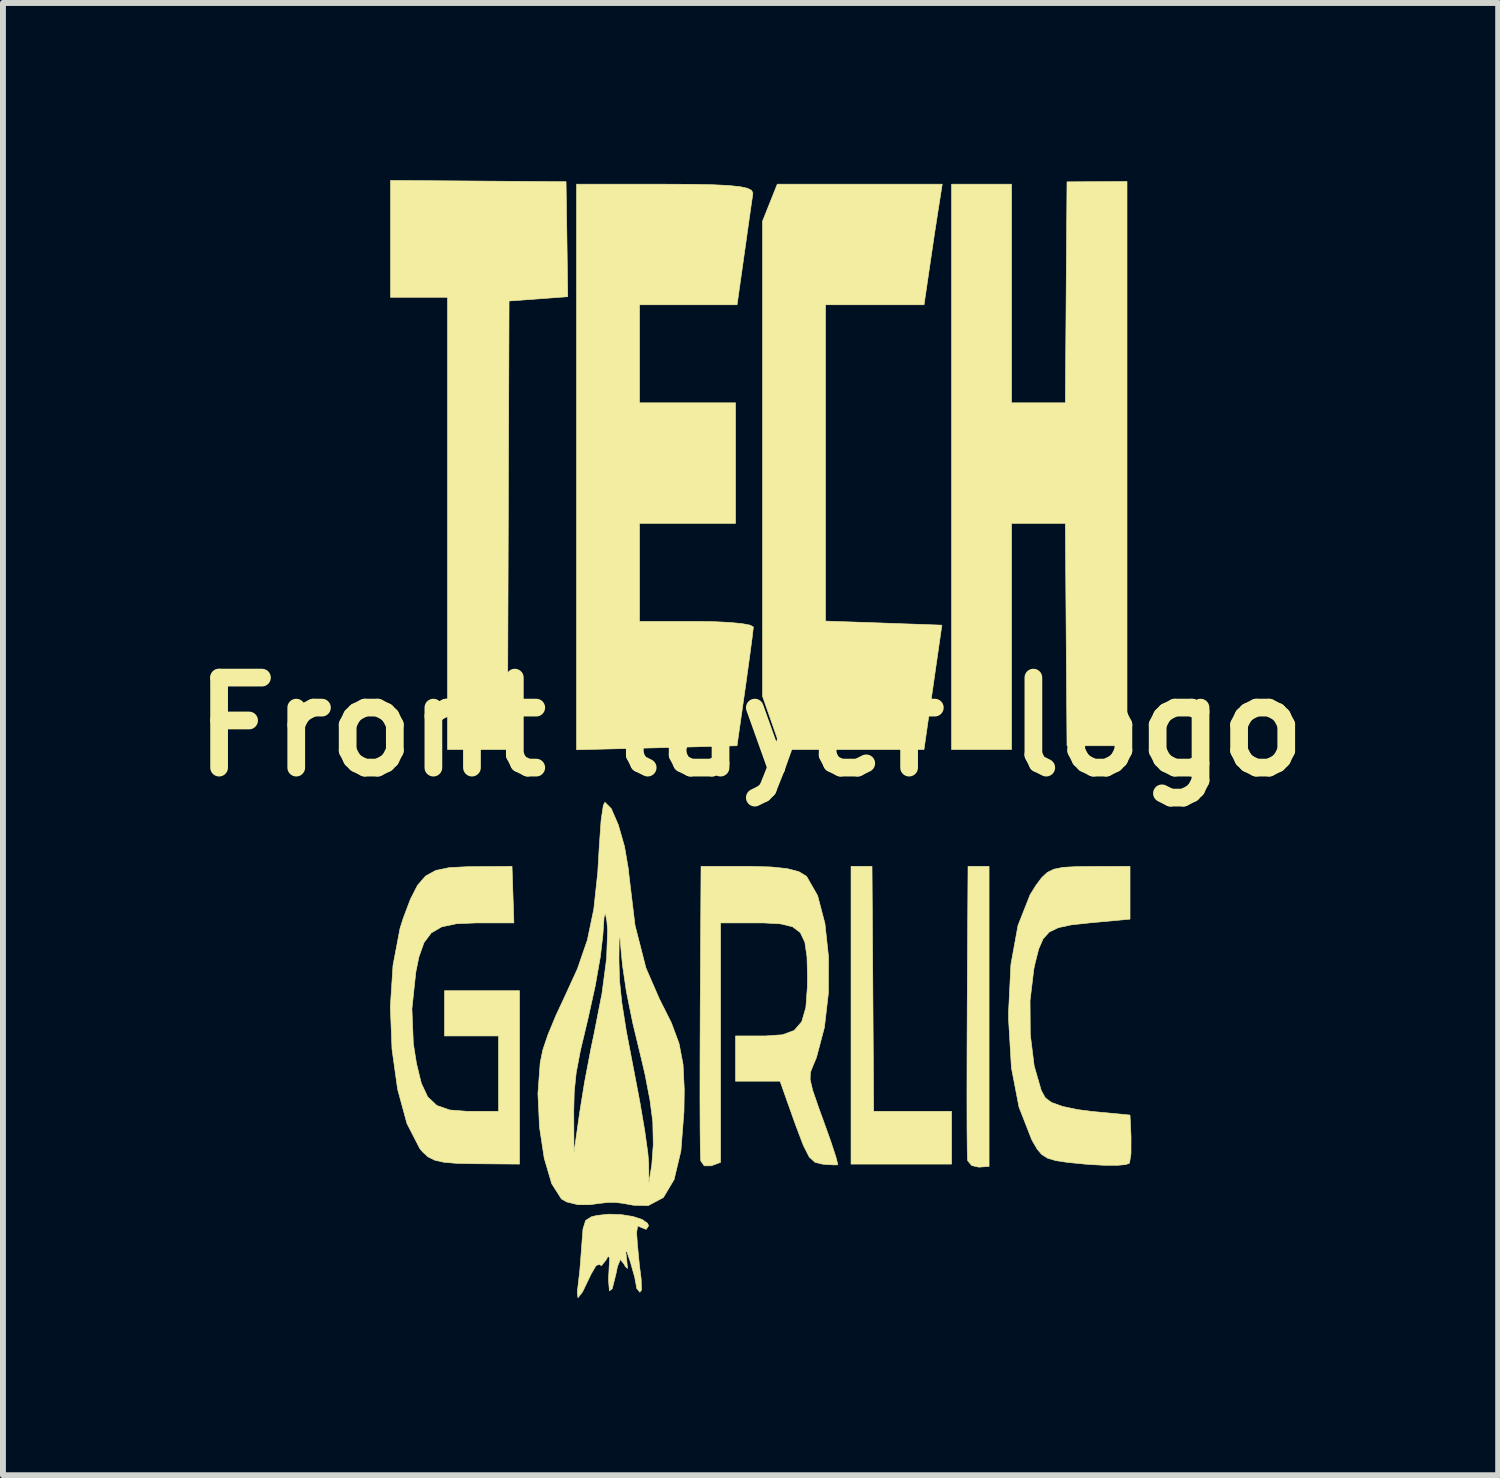
<source format=kicad_pcb>
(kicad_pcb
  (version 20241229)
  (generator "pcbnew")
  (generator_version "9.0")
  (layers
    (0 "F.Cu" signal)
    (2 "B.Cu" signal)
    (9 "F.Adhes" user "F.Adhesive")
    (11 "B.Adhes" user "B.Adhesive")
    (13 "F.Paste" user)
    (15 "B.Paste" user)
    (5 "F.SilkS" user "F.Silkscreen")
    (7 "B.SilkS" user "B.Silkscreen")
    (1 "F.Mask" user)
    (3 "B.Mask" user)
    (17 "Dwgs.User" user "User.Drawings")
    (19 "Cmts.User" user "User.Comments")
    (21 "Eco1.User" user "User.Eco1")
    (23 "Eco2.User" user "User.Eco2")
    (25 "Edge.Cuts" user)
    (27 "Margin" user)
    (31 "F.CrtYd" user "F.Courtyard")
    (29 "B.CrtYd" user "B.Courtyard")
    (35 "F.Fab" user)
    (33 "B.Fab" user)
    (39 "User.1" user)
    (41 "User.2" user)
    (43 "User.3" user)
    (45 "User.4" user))
  (footprint "Front layer logo"
    (layer "F.Cu")
    (at 9.659 9.259)
    (property "Reference" "Front layer logo" (at 0 0 0) (layer "F.SilkS") (effects (font (size 1.524 1.524) (thickness 0.3))))
    (attr through_hole)
    (fp_poly (pts (xy 2.071 4.435) (xy 2.085 6.51) (xy 3.404 6.51) (xy 3.404 7.403) (xy 1.702 7.403) (xy 1.702 2.361) (xy 2.057 2.361) (xy 2.071 4.435)) (stroke (width 0.01) (type solid)) (fill yes) (layer "F.SilkS"))
    (fp_poly (pts (xy -4.61 -9.243) (xy -3.124 -9.232) (xy -3.109 -8.259) (xy -3.095 -7.285) (xy -3.592 -7.248) (xy -4.089 -7.212) (xy -4.116 0.383) (xy -5.131 0.383) (xy -5.131 -7.275) (xy -6.096 -7.275) (xy -6.096 -9.254) (xy -4.61 -9.243)) (stroke (width 0.01) (type solid)) (fill yes) (layer "F.SilkS"))
    (fp_poly (pts (xy 4.039 7.442) (xy 3.867 7.455) (xy 3.746 7.428) (xy 3.678 7.347) (xy 3.675 7.335) (xy 3.67 7.172) (xy 3.666 6.795) (xy 3.665 6.247) (xy 3.666 5.57) (xy 3.669 4.807) (xy 3.669 4.783) (xy 3.683 2.361) (xy 4.039 2.361) (xy 4.039 7.442)) (stroke (width 0.01) (type solid)) (fill yes) (layer "F.SilkS"))
    (fp_poly (pts (xy 6.375 0.319) (xy 5.359 0.319) (xy 5.345 -1.564) (xy 5.331 -3.446) (xy 4.42 -3.446) (xy 4.42 0.383) (xy 3.404 0.383) (xy 3.404 -9.19) (xy 4.42 -9.19) (xy 4.42 -5.488) (xy 5.331 -5.488) (xy 5.345 -7.359) (xy 5.359 -9.23) (xy 6.375 -9.236) (xy 6.375 0.319)) (stroke (width 0.01) (type solid)) (fill yes) (layer "F.SilkS"))
    (fp_poly (pts (xy 3.181 -8.775) (xy 3.122 -8.396) (xy 3.053 -7.931) (xy 3.027 -7.754) (xy 2.938 -7.148) (xy 1.27 -7.148) (xy 1.27 -1.792) (xy 2.255 -1.758) (xy 3.24 -1.723) (xy 2.937 0.383) (xy 0.519 0.383) (xy 0.203 -0.519) (xy 0.203 -8.563) (xy 0.328 -8.877) (xy 0.453 -9.19) (xy 3.246 -9.19) (xy 3.181 -8.775)) (stroke (width 0.01) (type solid)) (fill yes) (layer "F.SilkS"))
    (fp_poly (pts (xy -0.996 -9.188) (xy -0.642 -9.181) (xy -0.372 -9.168) (xy -0.178 -9.148) (xy -0.05 -9.12) (xy 0.019 -9.084) (xy 0.039 -9.038) (xy 0.039 -9.03) (xy 0.011 -8.836) (xy -0.04 -8.478) (xy -0.103 -8.03) (xy -0.106 -8.009) (xy -0.228 -7.148) (xy -1.88 -7.148) (xy -1.88 -5.488) (xy -0.254 -5.488) (xy -0.254 -3.446) (xy -1.88 -3.446) (xy -1.88 -1.787) (xy -0.914 -1.787) (xy -0.614 -1.782) (xy -0.352 -1.769) (xy -0.144 -1.749) (xy -0.006 -1.723) (xy 0.047 -1.693) (xy 0.048 -1.691) (xy 0.03 -1.533) (xy -0.014 -1.2) (xy -0.075 -0.757) (xy -0.092 -0.638) (xy -0.229 0.319) (xy -2.946 0.387) (xy -2.946 -9.19) (xy -1.442 -9.19) (xy -0.996 -9.188)) (stroke (width 0.01) (type solid)) (fill yes) (layer "F.SilkS"))
    (fp_poly (pts (xy -4.023 2.84) (xy -4.007 3.319) (xy -4.648 3.319) (xy -4.98 3.333) (xy -5.228 3.385) (xy -5.406 3.488) (xy -5.53 3.654) (xy -5.616 3.897) (xy -5.668 4.153) (xy -5.734 4.774) (xy -5.71 5.361) (xy -5.657 5.698) (xy -5.575 6.034) (xy -5.466 6.266) (xy -5.311 6.411) (xy -5.093 6.487) (xy -4.792 6.51) (xy -4.778 6.51) (xy -4.267 6.51) (xy -4.267 5.233) (xy -5.182 5.233) (xy -5.182 4.467) (xy -3.912 4.467) (xy -3.912 7.403) (xy -4.661 7.397) (xy -4.964 7.391) (xy -5.186 7.373) (xy -5.345 7.338) (xy -5.461 7.281) (xy -5.554 7.196) (xy -5.601 7.139) (xy -5.818 6.716) (xy -5.976 6.136) (xy -6.071 5.457) (xy -6.099 4.738) (xy -6.054 4.037) (xy -5.935 3.411) (xy -5.883 3.246) (xy -5.759 2.917) (xy -5.639 2.682) (xy -5.503 2.525) (xy -5.331 2.43) (xy -5.102 2.383) (xy -4.796 2.367) (xy -4.724 2.366) (xy -4.039 2.361) (xy -4.023 2.84)) (stroke (width 0.01) (type solid)) (fill yes) (layer "F.SilkS"))
    (fp_poly (pts (xy 6.426 3.255) (xy 5.735 3.319) (xy 5.432 3.352) (xy 5.213 3.399) (xy 5.059 3.473) (xy 4.954 3.589) (xy 4.879 3.762) (xy 4.817 4.008) (xy 4.797 4.101) (xy 4.733 4.635) (xy 4.737 5.208) (xy 4.803 5.741) (xy 4.923 6.157) (xy 4.992 6.282) (xy 5.094 6.358) (xy 5.282 6.426) (xy 5.537 6.48) (xy 5.766 6.51) (xy 6.426 6.573) (xy 6.443 6.94) (xy 6.442 7.23) (xy 6.417 7.387) (xy 6.354 7.411) (xy 6.209 7.424) (xy 6.001 7.424) (xy 5.75 7.41) (xy 5.66 7.403) (xy 5.375 7.375) (xy 5.172 7.345) (xy 5.03 7.303) (xy 4.93 7.24) (xy 4.852 7.147) (xy 4.775 7.014) (xy 4.758 6.981) (xy 4.546 6.438) (xy 4.418 5.773) (xy 4.37 4.961) (xy 4.369 4.835) (xy 4.409 4.022) (xy 4.529 3.362) (xy 4.733 2.844) (xy 4.834 2.681) (xy 4.931 2.552) (xy 5.025 2.464) (xy 5.138 2.409) (xy 5.292 2.378) (xy 5.508 2.366) (xy 5.74 2.363) (xy 6.426 2.361) (xy 6.426 3.255)) (stroke (width 0.01) (type solid)) (fill yes) (layer "F.SilkS"))
    (fp_poly (pts (xy -2.187 8.259) (xy -1.992 8.29) (xy -1.835 8.341) (xy -1.742 8.407) (xy -1.727 8.448) (xy -1.767 8.509) (xy -1.836 8.482) (xy -1.911 8.449) (xy -1.929 8.56) (xy -1.916 8.761) (xy -1.882 9.112) (xy -1.852 9.349) (xy -1.847 9.536) (xy -1.874 9.573) (xy -1.929 9.505) (xy -1.932 9.477) (xy -1.961 9.32) (xy -2.031 9.071) (xy -2.034 9.062) (xy -2.098 8.875) (xy -2.112 8.889) (xy -2.099 8.998) (xy -2.083 9.171) (xy -2.119 9.139) (xy -2.142 9.095) (xy -2.205 9.018) (xy -2.254 9.14) (xy -2.277 9.255) (xy -2.342 9.514) (xy -2.39 9.55) (xy -2.405 9.366) (xy -2.398 9.222) (xy -2.386 8.989) (xy -2.412 8.964) (xy -2.448 9.029) (xy -2.525 9.123) (xy -2.558 9.103) (xy -2.614 9.119) (xy -2.704 9.273) (xy -2.705 9.277) (xy -2.845 9.568) (xy -2.922 9.666) (xy -2.934 9.57) (xy -2.925 9.498) (xy -2.891 9.206) (xy -2.861 8.822) (xy -2.859 8.787) (xy -2.837 8.501) (xy -2.792 8.357) (xy -2.694 8.295) (xy -2.597 8.272) (xy -2.397 8.251) (xy -2.187 8.259)) (stroke (width 0.01) (type solid)) (fill yes) (layer "F.SilkS"))
    (fp_poly (pts (xy 0.344 2.371) (xy 0.622 2.4) (xy 0.818 2.451) (xy 0.942 2.526) (xy 0.952 2.536) (xy 1.136 2.857) (xy 1.26 3.33) (xy 1.321 3.898) (xy 1.319 4.503) (xy 1.251 5.089) (xy 1.116 5.599) (xy 1.055 5.744) (xy 1.013 5.852) (xy 1.009 5.972) (xy 1.052 6.153) (xy 1.151 6.441) (xy 1.234 6.669) (xy 1.357 7.013) (xy 1.443 7.274) (xy 1.478 7.407) (xy 1.476 7.415) (xy 1.412 7.417) (xy 1.285 7.41) (xy 1.219 7.404) (xy 1.092 7.373) (xy 0.994 7.283) (xy 0.895 7.088) (xy 0.765 6.745) (xy 0.745 6.69) (xy 0.5 5.999) (xy -0.254 5.999) (xy -0.254 5.233) (xy 0.254 5.233) (xy 0.54 5.213) (xy 0.739 5.14) (xy 0.867 4.992) (xy 0.937 4.751) (xy 0.963 4.396) (xy 0.965 4.232) (xy 0.956 3.891) (xy 0.92 3.647) (xy 0.843 3.483) (xy 0.711 3.384) (xy 0.508 3.335) (xy 0.222 3.319) (xy 0.136 3.319) (xy -0.508 3.319) (xy -0.508 7.374) (xy -0.665 7.432) (xy -0.784 7.432) (xy -0.844 7.347) (xy -0.85 7.179) (xy -0.854 6.799) (xy -0.856 6.248) (xy -0.855 5.569) (xy -0.852 4.804) (xy -0.852 4.783) (xy -0.838 2.361) (xy -0.025 2.361) (xy 0.344 2.371)) (stroke (width 0.01) (type solid)) (fill yes) (layer "F.SilkS"))
    (fp_poly (pts (xy -2.358 1.384) (xy -2.239 1.658) (xy -2.134 2.025) (xy -2.068 2.411) (xy -2.061 2.489) (xy -1.956 3.36) (xy -1.771 4.083) (xy -1.544 4.605) (xy -1.34 5.011) (xy -1.211 5.359) (xy -1.143 5.713) (xy -1.122 6.137) (xy -1.127 6.509) (xy -1.179 7.18) (xy -1.294 7.664) (xy -1.476 7.969) (xy -1.731 8.105) (xy -1.981 8.1) (xy -2.164 8.067) (xy -2.297 8.051) (xy -2.422 8.053) (xy -2.581 8.071) (xy -2.72 8.091) (xy -2.92 8.091) (xy -3.109 8.045) (xy -3.202 7.993) (xy -3.366 7.736) (xy -3.493 7.306) (xy -3.574 6.774) (xy -3.585 6.525) (xy -2.994 6.525) (xy -2.993 6.57) (xy -2.99 7.212) (xy -2.894 6.535) (xy -2.81 6.014) (xy -2.703 5.451) (xy -2.649 5.194) (xy -2.515 4.512) (xy -2.442 3.957) (xy -2.228 3.957) (xy -2.219 4.292) (xy -2.18 4.668) (xy -2.105 5.143) (xy -1.984 5.776) (xy -1.98 5.795) (xy -1.876 6.341) (xy -1.792 6.835) (xy -1.739 7.215) (xy -1.724 7.39) (xy -1.721 7.722) (xy -1.672 7.417) (xy -1.647 7.074) (xy -1.655 6.687) (xy -1.702 6.325) (xy -1.785 5.891) (xy -1.832 5.688) (xy -1.994 5.015) (xy -2.102 4.482) (xy -2.168 4.034) (xy -2.188 3.829) (xy -2.21 3.568) (xy -2.221 3.521) (xy -2.226 3.705) (xy -2.228 3.957) (xy -2.442 3.957) (xy -2.437 3.915) (xy -2.42 3.445) (xy -2.433 3.285) (xy -2.46 3.152) (xy -2.48 3.222) (xy -2.5 3.519) (xy -2.5 3.523) (xy -2.543 3.891) (xy -2.629 4.381) (xy -2.746 4.912) (xy -2.762 4.98) (xy -2.881 5.482) (xy -2.952 5.855) (xy -2.985 6.176) (xy -2.994 6.525) (xy -3.585 6.525) (xy -3.6 6.211) (xy -3.562 5.689) (xy -3.518 5.472) (xy -3.43 5.211) (xy -3.293 4.881) (xy -3.175 4.629) (xy -2.932 4.099) (xy -2.763 3.609) (xy -2.654 3.087) (xy -2.587 2.462) (xy -2.559 1.988) (xy -2.53 1.577) (xy -2.492 1.326) (xy -2.466 1.276) (xy -2.358 1.384)) (stroke (width 0.01) (type solid)) (fill yes) (layer "F.SilkS")))
  (gr_rect
    (start -3 -3)
    (end 22.319 21.93)
    (stroke (width 0.1) (type default))
    (fill no)
    (layer "Edge.Cuts")))
</source>
